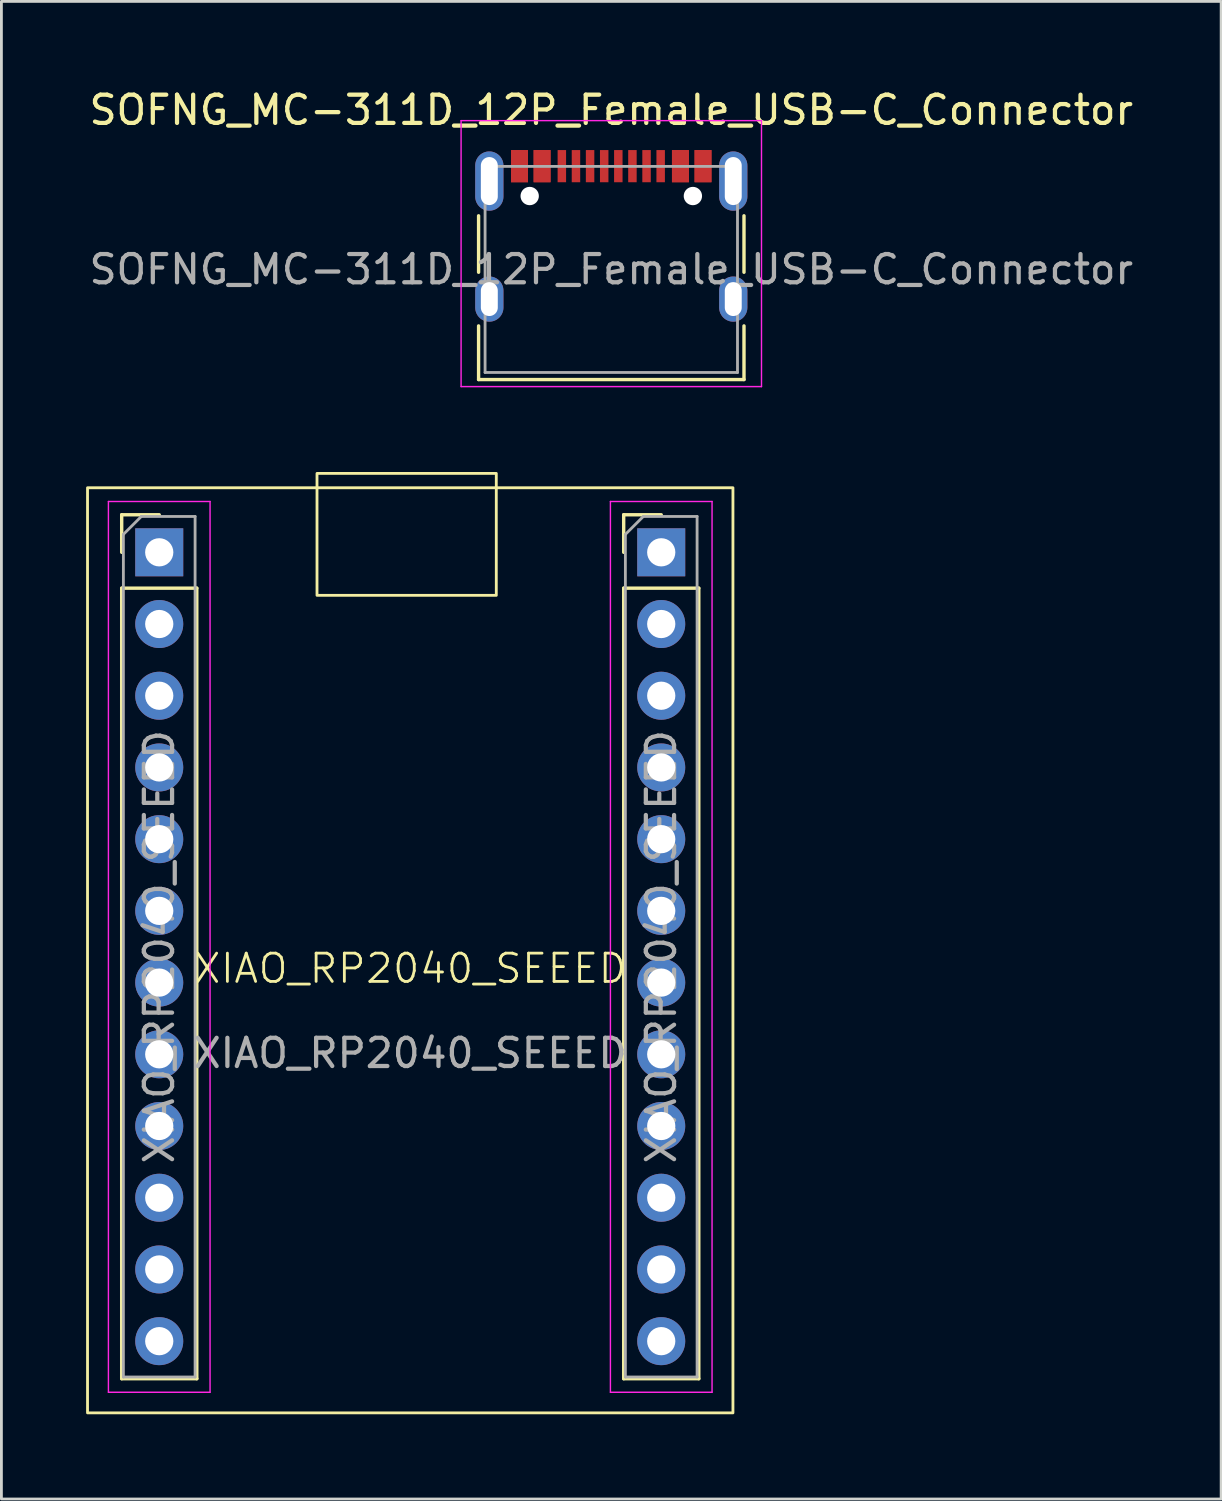
<source format=kicad_pcb>
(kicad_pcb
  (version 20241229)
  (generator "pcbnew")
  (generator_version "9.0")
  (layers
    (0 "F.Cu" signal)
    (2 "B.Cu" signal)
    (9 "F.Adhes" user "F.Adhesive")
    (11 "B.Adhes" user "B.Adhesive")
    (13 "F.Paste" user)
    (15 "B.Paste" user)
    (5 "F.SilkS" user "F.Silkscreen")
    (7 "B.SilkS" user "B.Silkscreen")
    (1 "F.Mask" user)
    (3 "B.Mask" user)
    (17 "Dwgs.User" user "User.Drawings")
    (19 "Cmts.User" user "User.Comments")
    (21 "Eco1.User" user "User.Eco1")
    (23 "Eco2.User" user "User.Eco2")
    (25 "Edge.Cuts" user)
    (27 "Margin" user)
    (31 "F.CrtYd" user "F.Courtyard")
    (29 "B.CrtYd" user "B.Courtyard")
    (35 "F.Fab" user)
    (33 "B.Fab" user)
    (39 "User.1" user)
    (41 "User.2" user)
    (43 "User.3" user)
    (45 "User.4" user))
  (footprint "XIAO_RP2040_SEEED"
    (layer "F.Cu")
    (at 11.48 30.482)
    (property "Reference" "XIAO_RP2040_SEEED" (at 0 0.77 0) (unlocked yes) (layer "F.SilkS") (effects (font (size 1 1) (thickness 0.1))))
    (attr through_hole)
    (fp_line (start -10.22 -15.3) (end -8.89 -15.3) (stroke (width 0.12) (type solid)) (layer "F.SilkS"))
    (fp_line (start -10.22 -13.97) (end -10.22 -15.3) (stroke (width 0.12) (type solid)) (layer "F.SilkS"))
    (fp_line (start -10.22 -12.7) (end -10.22 15.3) (stroke (width 0.12) (type solid)) (layer "F.SilkS"))
    (fp_line (start -10.22 -12.7) (end -7.56 -12.7) (stroke (width 0.12) (type solid)) (layer "F.SilkS"))
    (fp_line (start -10.22 15.3) (end -7.56 15.3) (stroke (width 0.12) (type solid)) (layer "F.SilkS"))
    (fp_line (start -7.56 -12.7) (end -7.56 15.3) (stroke (width 0.12) (type solid)) (layer "F.SilkS"))
    (fp_line (start 7.56 -15.3) (end 8.89 -15.3) (stroke (width 0.12) (type solid)) (layer "F.SilkS"))
    (fp_line (start 7.56 -13.97) (end 7.56 -15.3) (stroke (width 0.12) (type solid)) (layer "F.SilkS"))
    (fp_line (start 7.56 -12.7) (end 7.56 15.3) (stroke (width 0.12) (type solid)) (layer "F.SilkS"))
    (fp_line (start 7.56 -12.7) (end 10.22 -12.7) (stroke (width 0.12) (type solid)) (layer "F.SilkS"))
    (fp_line (start 7.56 15.3) (end 10.22 15.3) (stroke (width 0.12) (type solid)) (layer "F.SilkS"))
    (fp_line (start 10.22 -12.7) (end 10.22 15.3) (stroke (width 0.12) (type solid)) (layer "F.SilkS"))
    (fp_rect (start -11.43 -16.256) (end 11.43 16.51) (stroke (width 0.1) (type default)) (fill no) (layer "F.SilkS"))
    (fp_rect (start -3.302 -16.764) (end 3.048 -12.446) (stroke (width 0.1) (type default)) (fill no) (layer "F.SilkS"))
    (fp_line (start -10.69 -15.77) (end -10.69 15.78) (stroke (width 0.05) (type solid)) (layer "F.CrtYd"))
    (fp_line (start -10.69 15.78) (end -7.09 15.78) (stroke (width 0.05) (type solid)) (layer "F.CrtYd"))
    (fp_line (start -7.09 -15.77) (end -10.69 -15.77) (stroke (width 0.05) (type solid)) (layer "F.CrtYd"))
    (fp_line (start -7.09 15.78) (end -7.09 -15.77) (stroke (width 0.05) (type solid)) (layer "F.CrtYd"))
    (fp_line (start 7.09 -15.77) (end 7.09 15.78) (stroke (width 0.05) (type solid)) (layer "F.CrtYd"))
    (fp_line (start 7.09 15.78) (end 10.69 15.78) (stroke (width 0.05) (type solid)) (layer "F.CrtYd"))
    (fp_line (start 10.69 -15.77) (end 7.09 -15.77) (stroke (width 0.05) (type solid)) (layer "F.CrtYd"))
    (fp_line (start 10.69 15.78) (end 10.69 -15.77) (stroke (width 0.05) (type solid)) (layer "F.CrtYd"))
    (fp_line (start -10.16 -14.605) (end -9.525 -15.24) (stroke (width 0.1) (type solid)) (layer "F.Fab"))
    (fp_line (start -10.16 15.24) (end -10.16 -14.605) (stroke (width 0.1) (type solid)) (layer "F.Fab"))
    (fp_line (start -9.525 -15.24) (end -7.62 -15.24) (stroke (width 0.1) (type solid)) (layer "F.Fab"))
    (fp_line (start -7.62 -15.24) (end -7.62 15.24) (stroke (width 0.1) (type solid)) (layer "F.Fab"))
    (fp_line (start -7.62 15.24) (end -10.16 15.24) (stroke (width 0.1) (type solid)) (layer "F.Fab"))
    (fp_line (start 7.62 -14.605) (end 8.255 -15.24) (stroke (width 0.1) (type solid)) (layer "F.Fab"))
    (fp_line (start 7.62 15.24) (end 7.62 -14.605) (stroke (width 0.1) (type solid)) (layer "F.Fab"))
    (fp_line (start 8.255 -15.24) (end 10.16 -15.24) (stroke (width 0.1) (type solid)) (layer "F.Fab"))
    (fp_line (start 10.16 -15.24) (end 10.16 15.24) (stroke (width 0.1) (type solid)) (layer "F.Fab"))
    (fp_line (start 10.16 15.24) (end 7.62 15.24) (stroke (width 0.1) (type solid)) (layer "F.Fab"))
    (fp_text user "${REFERENCE}" (at 0 3.77 0) (unlocked yes) (layer "F.Fab") (effects (font (size 1 1) (thickness 0.15))))
    (fp_text user "${REFERENCE}" (at 8.89 0 90) (layer "F.Fab") (effects (font (size 1 1) (thickness 0.15))))
    (fp_text user "${REFERENCE}" (at -8.89 0 90) (layer "F.Fab") (effects (font (size 1 1) (thickness 0.15))))
    (pad "1" thru_hole rect (at -8.89 -13.97) (size 1.7 1.7) (drill 1) (layers "*.Cu" "*.Mask"))
    (pad "1" thru_hole rect (at 8.89 -13.97) (size 1.7 1.7) (drill 1) (layers "*.Cu" "*.Mask"))
    (pad "2" thru_hole oval (at -8.89 -11.43) (size 1.7 1.7) (drill 1) (layers "*.Cu" "*.Mask"))
    (pad "2" thru_hole oval (at 8.89 -11.43) (size 1.7 1.7) (drill 1) (layers "*.Cu" "*.Mask"))
    (pad "3" thru_hole oval (at -8.89 -8.89) (size 1.7 1.7) (drill 1) (layers "*.Cu" "*.Mask"))
    (pad "3" thru_hole oval (at 8.89 -8.89) (size 1.7 1.7) (drill 1) (layers "*.Cu" "*.Mask"))
    (pad "4" thru_hole oval (at -8.89 -6.35) (size 1.7 1.7) (drill 1) (layers "*.Cu" "*.Mask"))
    (pad "4" thru_hole oval (at 8.89 -6.35) (size 1.7 1.7) (drill 1) (layers "*.Cu" "*.Mask"))
    (pad "5" thru_hole oval (at -8.89 -3.81) (size 1.7 1.7) (drill 1) (layers "*.Cu" "*.Mask"))
    (pad "5" thru_hole oval (at 8.89 -3.81) (size 1.7 1.7) (drill 1) (layers "*.Cu" "*.Mask"))
    (pad "6" thru_hole oval (at -8.89 -1.27) (size 1.7 1.7) (drill 1) (layers "*.Cu" "*.Mask"))
    (pad "6" thru_hole oval (at 8.89 -1.27) (size 1.7 1.7) (drill 1) (layers "*.Cu" "*.Mask"))
    (pad "7" thru_hole oval (at -8.89 1.27) (size 1.7 1.7) (drill 1) (layers "*.Cu" "*.Mask"))
    (pad "7" thru_hole oval (at 8.89 1.27) (size 1.7 1.7) (drill 1) (layers "*.Cu" "*.Mask"))
    (pad "8" thru_hole oval (at -8.89 3.81) (size 1.7 1.7) (drill 1) (layers "*.Cu" "*.Mask"))
    (pad "8" thru_hole oval (at 8.89 3.81) (size 1.7 1.7) (drill 1) (layers "*.Cu" "*.Mask"))
    (pad "9" thru_hole oval (at -8.89 6.35) (size 1.7 1.7) (drill 1) (layers "*.Cu" "*.Mask"))
    (pad "9" thru_hole oval (at 8.89 6.35) (size 1.7 1.7) (drill 1) (layers "*.Cu" "*.Mask"))
    (pad "10" thru_hole oval (at -8.89 8.89) (size 1.7 1.7) (drill 1) (layers "*.Cu" "*.Mask"))
    (pad "10" thru_hole oval (at 8.89 8.89) (size 1.7 1.7) (drill 1) (layers "*.Cu" "*.Mask"))
    (pad "11" thru_hole oval (at -8.89 11.43) (size 1.7 1.7) (drill 1) (layers "*.Cu" "*.Mask"))
    (pad "11" thru_hole oval (at 8.89 11.43) (size 1.7 1.7) (drill 1) (layers "*.Cu" "*.Mask"))
    (pad "12" thru_hole oval (at -8.89 13.97) (size 1.7 1.7) (drill 1) (layers "*.Cu" "*.Mask"))
    (pad "12" thru_hole oval (at 8.89 13.97) (size 1.7 1.7) (drill 1) (layers "*.Cu" "*.Mask")))
  (footprint "SOFNG_MC-311D_12P_Female_USB-C_Connector"
    (layer "F.Cu")
    (at 18.601 6.493)
    (property "Reference" "SOFNG_MC-311D_12P_Female_USB-C_Connector" (at 0 -5.645 180) (layer "F.SilkS") (effects (font (size 1 1) (thickness 0.15))))
    (attr smd)
    (fp_line (start -4.7 -1.9) (end -4.7 0.1) (stroke (width 0.12) (type solid)) (layer "F.SilkS"))
    (fp_line (start -4.7 2) (end -4.7 3.9) (stroke (width 0.12) (type solid)) (layer "F.SilkS"))
    (fp_line (start -4.7 3.9) (end 4.7 3.9) (stroke (width 0.12) (type solid)) (layer "F.SilkS"))
    (fp_line (start 4.7 -1.9) (end 4.7 0.1) (stroke (width 0.12) (type solid)) (layer "F.SilkS"))
    (fp_line (start 4.7 2) (end 4.7 3.9) (stroke (width 0.12) (type solid)) (layer "F.SilkS"))
    (fp_line (start -5.32 -5.27) (end -5.32 4.15) (stroke (width 0.05) (type solid)) (layer "F.CrtYd"))
    (fp_line (start -5.32 -5.27) (end 5.32 -5.27) (stroke (width 0.05) (type solid)) (layer "F.CrtYd"))
    (fp_line (start -5.32 4.15) (end 5.32 4.15) (stroke (width 0.05) (type solid)) (layer "F.CrtYd"))
    (fp_line (start 5.32 -5.27) (end 5.32 4.15) (stroke (width 0.05) (type solid)) (layer "F.CrtYd"))
    (fp_line (start -4.47 -3.65) (end -4.47 3.65) (stroke (width 0.1) (type solid)) (layer "F.Fab"))
    (fp_line (start -4.47 -3.65) (end 4.47 -3.65) (stroke (width 0.1) (type solid)) (layer "F.Fab"))
    (fp_line (start -4.47 3.65) (end 4.47 3.65) (stroke (width 0.1) (type solid)) (layer "F.Fab"))
    (fp_line (start 4.47 -3.65) (end 4.47 3.65) (stroke (width 0.1) (type solid)) (layer "F.Fab"))
    (fp_text user "${REFERENCE}" (at 0 0 180) (layer "F.Fab") (effects (font (size 1 1) (thickness 0.15))))
    (pad "" np_thru_hole circle (at -2.89 -2.6) (size 0.65 0.65) (drill 0.65) (layers "*.Cu" "*.Mask"))
    (pad "" np_thru_hole circle (at 2.89 -2.6) (size 0.65 0.65) (drill 0.65) (layers "*.Cu" "*.Mask"))
    (pad "A1" smd rect (at -3.251 -3.658) (size 0.6 1.14) (layers "F.Cu" "F.Mask" "F.Paste"))
    (pad "A4" smd rect (at -2.451 -3.658) (size 0.6 1.14) (layers "F.Cu" "F.Mask" "F.Paste"))
    (pad "A5" smd rect (at -1.251 -3.658) (size 0.3 1.14) (layers "F.Cu" "F.Mask" "F.Paste"))
    (pad "A6" smd rect (at -0.251 -3.658) (size 0.3 1.14) (layers "F.Cu" "F.Mask" "F.Paste"))
    (pad "A7" smd rect (at 0.249 -3.658) (size 0.3 1.14) (layers "F.Cu" "F.Mask" "F.Paste"))
    (pad "A8" smd rect (at 1.249 -3.658) (size 0.3 1.14) (layers "F.Cu" "F.Mask" "F.Paste"))
    (pad "A9" smd rect (at 2.449 -3.658) (size 0.6 1.14) (layers "F.Cu" "F.Mask" "F.Paste"))
    (pad "A12" smd rect (at 3.249 -3.658) (size 0.6 1.14) (layers "F.Cu" "F.Mask" "F.Paste"))
    (pad "B1" smd rect (at 3.249 -3.658) (size 0.6 1.14) (layers "F.Cu" "F.Mask" "F.Paste"))
    (pad "B4" smd rect (at 2.449 -3.658) (size 0.6 1.14) (layers "F.Cu" "F.Mask" "F.Paste"))
    (pad "B5" smd rect (at 1.749 -3.658) (size 0.3 1.14) (layers "F.Cu" "F.Mask" "F.Paste"))
    (pad "B6" smd rect (at 0.749 -3.658) (size 0.3 1.14) (layers "F.Cu" "F.Mask" "F.Paste"))
    (pad "B7" smd rect (at -0.751 -3.658) (size 0.3 1.14) (layers "F.Cu" "F.Mask" "F.Paste"))
    (pad "B8" smd rect (at -1.751 -3.658) (size 0.3 1.14) (layers "F.Cu" "F.Mask" "F.Paste"))
    (pad "B9" smd rect (at -2.451 -3.658) (size 0.6 1.14) (layers "F.Cu" "F.Mask" "F.Paste"))
    (pad "B12" smd rect (at -3.251 -3.658) (size 0.6 1.14) (layers "F.Cu" "F.Mask" "F.Paste"))
    (pad "S1" thru_hole oval (at -4.32 -3.13) (size 1 2.1) (drill oval 0.6 1.7) (layers "*.Cu" "*.Mask"))
    (pad "S1" thru_hole oval (at -4.32 1.05) (size 1 1.6) (drill oval 0.6 1.2) (layers "*.Cu" "*.Mask"))
    (pad "S1" thru_hole oval (at 4.32 -3.13) (size 1 2.1) (drill oval 0.6 1.7) (layers "*.Cu" "*.Mask"))
    (pad "S1" thru_hole oval (at 4.32 1.05) (size 1 1.6) (drill oval 0.6 1.2) (layers "*.Cu" "*.Mask")))
  (gr_rect
    (start -3 -3)
    (end 40.202 50.042)
    (stroke (width 0.1) (type default))
    (fill no)
    (layer "Edge.Cuts")))
</source>
